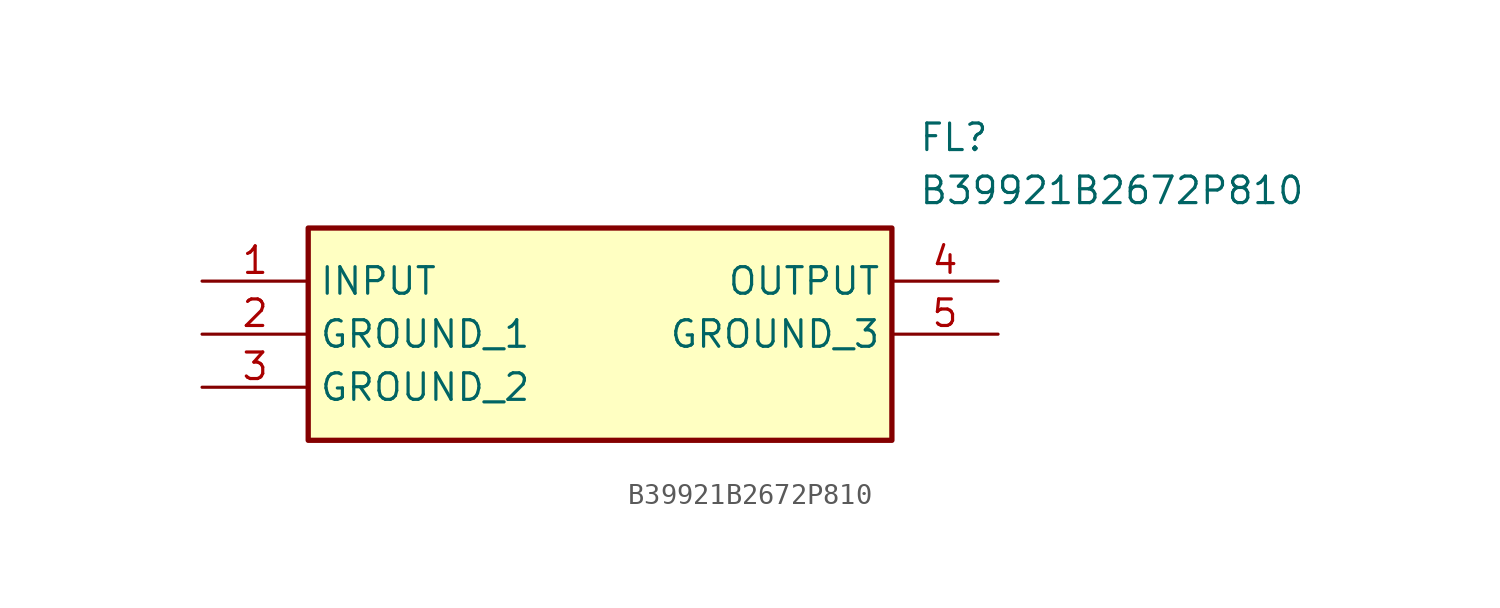
<source format=kicad_sym>
(kicad_symbol_lib
  (version 20211014)
  (generator SamacSys_ECAD_Model)
  (symbol "B39921B2672P810"
    (property "Reference" "FL"
      (at 34.29 7.62 0)
      (effects (font (size 1.27 1.27)) (justify left top)))
    (property "Value" "B39921B2672P810"
      (at 34.29 5.08 0)
      (effects (font (size 1.27 1.27)) (justify left top)))
    (rectangle
      (start 5.08 2.54)
      (end 33.02 -7.62)
      (stroke (width 0.254) (type default))
      (fill (type background)))
    (pin passive line
      (at 0 0 0)
      (length 5.08)
      (name "INPUT" (effects (font (size 1.27 1.27))))
      (number "1" (effects (font (size 1.27 1.27)))))
    (pin passive line
      (at 0 -2.54 0)
      (length 5.08)
      (name "GROUND_1" (effects (font (size 1.27 1.27))))
      (number "2" (effects (font (size 1.27 1.27)))))
    (pin passive line
      (at 0 -5.08 0)
      (length 5.08)
      (name "GROUND_2" (effects (font (size 1.27 1.27))))
      (number "3" (effects (font (size 1.27 1.27)))))
    (pin passive line
      (at 38.1 0 180)
      (length 5.08)
      (name "OUTPUT" (effects (font (size 1.27 1.27))))
      (number "4" (effects (font (size 1.27 1.27)))))
    (pin passive line
      (at 38.1 -2.54 180)
      (length 5.08)
      (name "GROUND_3" (effects (font (size 1.27 1.27))))
      (number "5" (effects (font (size 1.27 1.27)))))))
</source>
